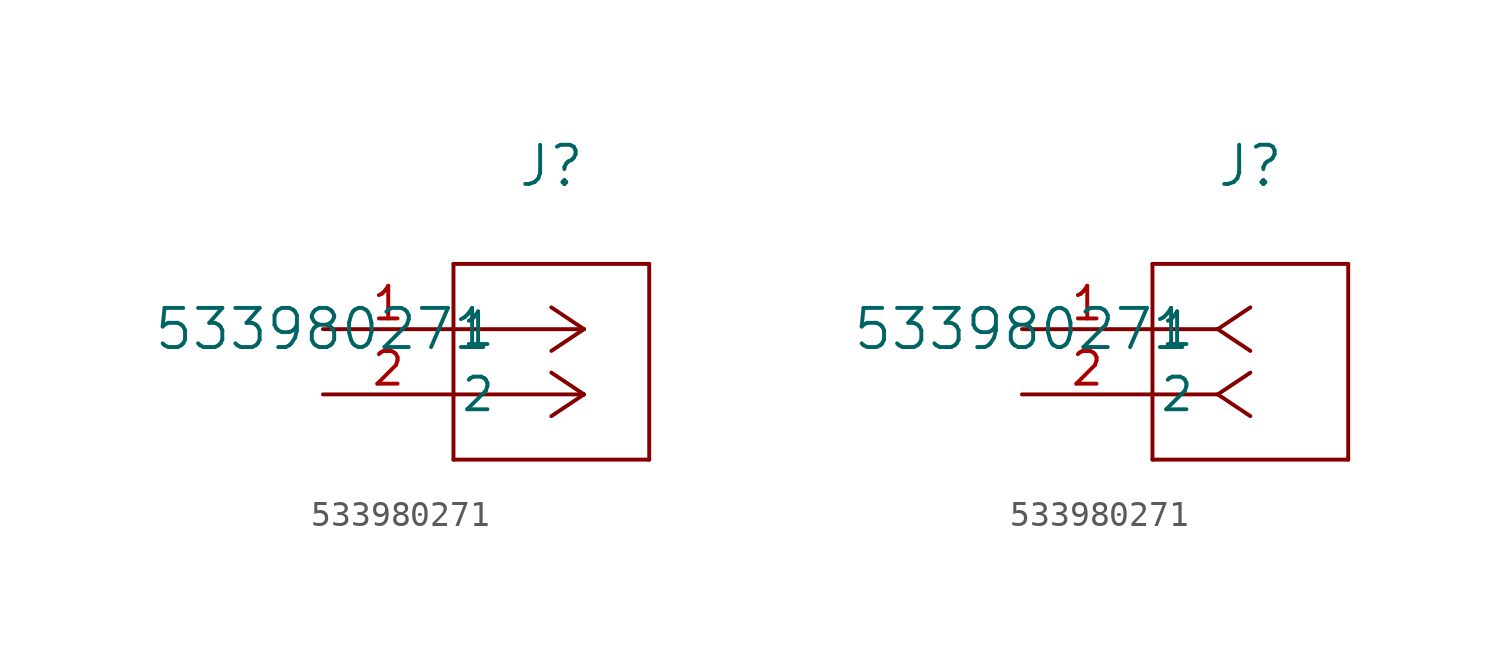
<source format=kicad_sym>
(kicad_symbol_lib
  (version 20211014)
  (generator kicad_symbol_editor)
  (symbol "533980271"
    (pin_names
      (offset 0.254))
    (property "Reference" "J"
      (at 8.89 6.35 0)
      (effects (font (size 1.524 1.524))))
    (property "Value" "533980271"
      (at 0 0 0)
      (effects (font (size 1.524 1.524))))
    (symbol "533980271_1_1"
      (polyline (pts (xy 10.16 0) (xy 5.08 0)) (stroke (width 0) (type default) (color 0 0 0 0)) (fill (type none)))
      (polyline (pts (xy 10.16 -2.54) (xy 5.08 -2.54)) (stroke (width 0) (type default) (color 0 0 0 0)) (fill (type none)))
      (polyline (pts (xy 10.16 0) (xy 8.89 0.847)) (stroke (width 0) (type default) (color 0 0 0 0)) (fill (type none)))
      (polyline (pts (xy 10.16 -2.54) (xy 8.89 -1.693)) (stroke (width 0) (type default) (color 0 0 0 0)) (fill (type none)))
      (polyline (pts (xy 10.16 0) (xy 8.89 -0.847)) (stroke (width 0) (type default) (color 0 0 0 0)) (fill (type none)))
      (polyline (pts (xy 10.16 -2.54) (xy 8.89 -3.387)) (stroke (width 0) (type default) (color 0 0 0 0)) (fill (type none)))
      (polyline (pts (xy 5.08 2.54) (xy 5.08 -5.08)) (stroke (width 0) (type default) (color 0 0 0 0)) (fill (type none)))
      (polyline (pts (xy 5.08 -5.08) (xy 12.7 -5.08)) (stroke (width 0) (type default) (color 0 0 0 0)) (fill (type none)))
      (polyline (pts (xy 12.7 -5.08) (xy 12.7 2.54)) (stroke (width 0) (type default) (color 0 0 0 0)) (fill (type none)))
      (polyline (pts (xy 12.7 2.54) (xy 5.08 2.54)) (stroke (width 0) (type default) (color 0 0 0 0)) (fill (type none)))
      (pin unspecified line (at 0 0 0) (length 5.08) (name "1" (effects (font (size 1.27 1.27)))) (number "1" (effects (font (size 1.27 1.27)))))
      (pin unspecified line (at 0 -2.54 0) (length 5.08) (name "2" (effects (font (size 1.27 1.27)))) (number "2" (effects (font (size 1.27 1.27))))))
    (symbol "533980271_1_2"
      (polyline (pts (xy 7.62 0) (xy 5.08 0)) (stroke (width 0) (type default) (color 0 0 0 0)) (fill (type none)))
      (polyline (pts (xy 7.62 -2.54) (xy 5.08 -2.54)) (stroke (width 0) (type default) (color 0 0 0 0)) (fill (type none)))
      (polyline (pts (xy 7.62 0) (xy 8.89 0.847)) (stroke (width 0) (type default) (color 0 0 0 0)) (fill (type none)))
      (polyline (pts (xy 7.62 -2.54) (xy 8.89 -1.693)) (stroke (width 0) (type default) (color 0 0 0 0)) (fill (type none)))
      (polyline (pts (xy 7.62 0) (xy 8.89 -0.847)) (stroke (width 0) (type default) (color 0 0 0 0)) (fill (type none)))
      (polyline (pts (xy 7.62 -2.54) (xy 8.89 -3.387)) (stroke (width 0) (type default) (color 0 0 0 0)) (fill (type none)))
      (polyline (pts (xy 5.08 2.54) (xy 5.08 -5.08)) (stroke (width 0) (type default) (color 0 0 0 0)) (fill (type none)))
      (polyline (pts (xy 5.08 -5.08) (xy 12.7 -5.08)) (stroke (width 0) (type default) (color 0 0 0 0)) (fill (type none)))
      (polyline (pts (xy 12.7 -5.08) (xy 12.7 2.54)) (stroke (width 0) (type default) (color 0 0 0 0)) (fill (type none)))
      (polyline (pts (xy 12.7 2.54) (xy 5.08 2.54)) (stroke (width 0) (type default) (color 0 0 0 0)) (fill (type none)))
      (pin unspecified line (at 0 0 0) (length 5.08) (name "1" (effects (font (size 1.27 1.27)))) (number "1" (effects (font (size 1.27 1.27)))))
      (pin unspecified line (at 0 -2.54 0) (length 5.08) (name "2" (effects (font (size 1.27 1.27)))) (number "2" (effects (font (size 1.27 1.27))))))))
</source>
